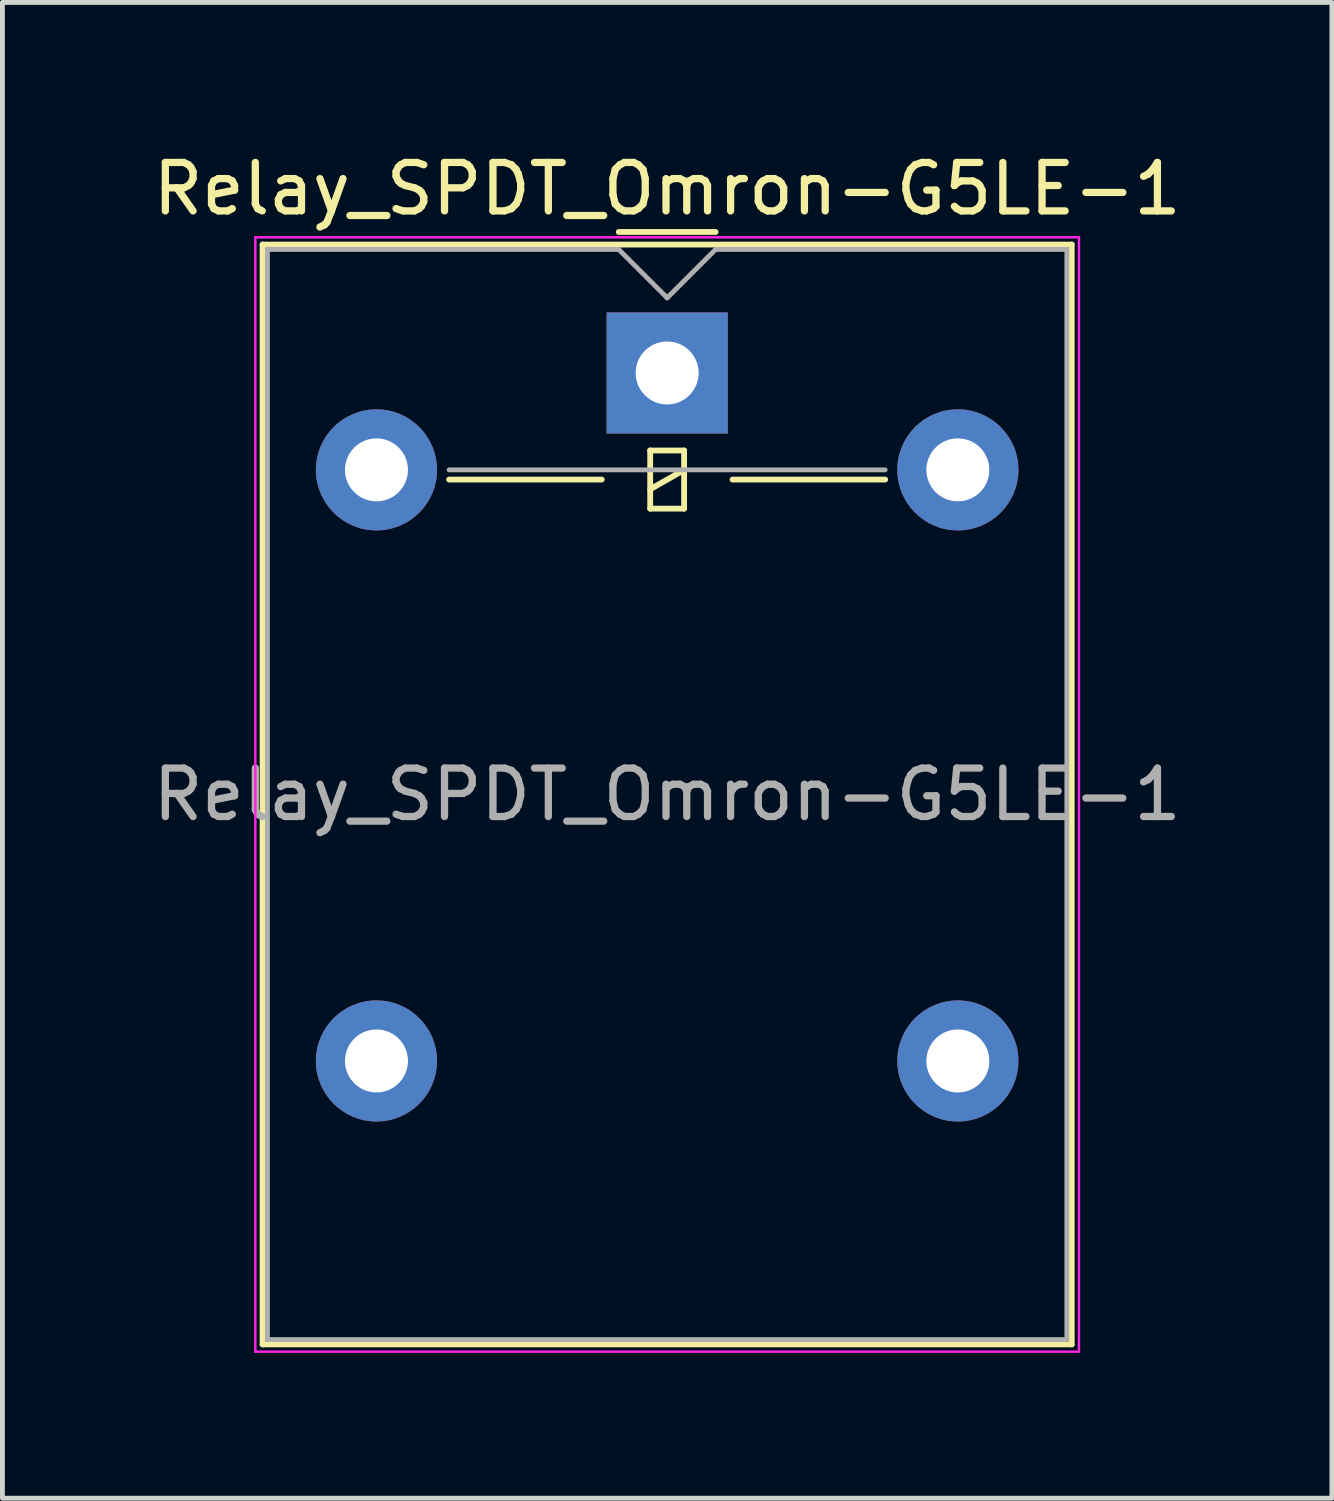
<source format=kicad_pcb>
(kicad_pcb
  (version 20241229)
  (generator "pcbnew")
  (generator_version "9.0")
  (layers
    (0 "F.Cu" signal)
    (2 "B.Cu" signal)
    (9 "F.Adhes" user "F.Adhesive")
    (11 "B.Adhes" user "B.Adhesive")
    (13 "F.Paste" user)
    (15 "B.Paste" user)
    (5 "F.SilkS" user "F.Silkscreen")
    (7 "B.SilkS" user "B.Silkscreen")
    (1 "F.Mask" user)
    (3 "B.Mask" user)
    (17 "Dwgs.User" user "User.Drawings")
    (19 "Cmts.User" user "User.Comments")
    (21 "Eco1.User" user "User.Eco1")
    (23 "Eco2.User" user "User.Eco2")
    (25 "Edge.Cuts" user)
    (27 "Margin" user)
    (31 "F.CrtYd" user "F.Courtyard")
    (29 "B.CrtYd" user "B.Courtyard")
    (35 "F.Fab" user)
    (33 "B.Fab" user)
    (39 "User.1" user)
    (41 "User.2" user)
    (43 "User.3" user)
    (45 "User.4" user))
  (footprint "Relay_SPDT_Omron-G5LE-1"
    (layer "F.Cu")
    (at 10.72 4.648)
    (property "Reference" "Relay_SPDT_Omron-G5LE-1" (at 0 -3.8 0) (layer "F.SilkS") (effects (font (size 1 1) (thickness 0.15))))
    (attr through_hole)
    (fp_line (start -8.35 -2.65) (end -8.35 20.05) (stroke (width 0.12) (type solid)) (layer "F.SilkS"))
    (fp_line (start -8.35 20.05) (end 8.35 20.05) (stroke (width 0.12) (type solid)) (layer "F.SilkS"))
    (fp_line (start -4.5 2.2) (end -1.35 2.2) (stroke (width 0.12) (type solid)) (layer "F.SilkS"))
    (fp_line (start -1 -2.91) (end 1 -2.91) (stroke (width 0.12) (type solid)) (layer "F.SilkS"))
    (fp_line (start -0.35 1.6) (end -0.35 2.8) (stroke (width 0.12) (type solid)) (layer "F.SilkS"))
    (fp_line (start -0.35 2.4) (end 0.35 2) (stroke (width 0.12) (type solid)) (layer "F.SilkS"))
    (fp_line (start -0.35 2.8) (end 0.35 2.8) (stroke (width 0.12) (type solid)) (layer "F.SilkS"))
    (fp_line (start 0.35 1.6) (end -0.35 1.6) (stroke (width 0.12) (type solid)) (layer "F.SilkS"))
    (fp_line (start 0.35 2.8) (end 0.35 1.6) (stroke (width 0.12) (type solid)) (layer "F.SilkS"))
    (fp_line (start 1.35 2.2) (end 4.5 2.2) (stroke (width 0.12) (type solid)) (layer "F.SilkS"))
    (fp_line (start 8.35 -2.65) (end -8.35 -2.65) (stroke (width 0.12) (type solid)) (layer "F.SilkS"))
    (fp_line (start 8.35 20.05) (end 8.35 -2.65) (stroke (width 0.12) (type solid)) (layer "F.SilkS"))
    (fp_line (start -8.5 -2.8) (end -8.5 20.2) (stroke (width 0.05) (type solid)) (layer "F.CrtYd"))
    (fp_line (start -8.5 20.2) (end 8.5 20.2) (stroke (width 0.05) (type solid)) (layer "F.CrtYd"))
    (fp_line (start 8.5 -2.8) (end -8.5 -2.8) (stroke (width 0.05) (type solid)) (layer "F.CrtYd"))
    (fp_line (start 8.5 20.2) (end 8.5 -2.8) (stroke (width 0.05) (type solid)) (layer "F.CrtYd"))
    (fp_line (start -8.25 -2.55) (end -1 -2.55) (stroke (width 0.1) (type solid)) (layer "F.Fab"))
    (fp_line (start -8.25 19.95) (end -8.25 -2.55) (stroke (width 0.1) (type solid)) (layer "F.Fab"))
    (fp_line (start -4.5 2) (end 4.5 2) (stroke (width 0.1) (type solid)) (layer "F.Fab"))
    (fp_line (start -1 -2.55) (end 0 -1.55) (stroke (width 0.1) (type solid)) (layer "F.Fab"))
    (fp_line (start 0 -1.55) (end 1 -2.55) (stroke (width 0.1) (type solid)) (layer "F.Fab"))
    (fp_line (start 1 -2.55) (end 8.25 -2.55) (stroke (width 0.1) (type solid)) (layer "F.Fab"))
    (fp_line (start 8.25 -2.55) (end 8.25 19.95) (stroke (width 0.1) (type solid)) (layer "F.Fab"))
    (fp_line (start 8.25 19.95) (end -8.25 19.95) (stroke (width 0.1) (type solid)) (layer "F.Fab"))
    (fp_text user "${REFERENCE}" (at 0 8.7 0) (layer "F.Fab") (effects (font (size 1 1) (thickness 0.15))))
    (pad "1" thru_hole rect (at 0 0) (size 2.5 2.5) (drill 1.3) (layers "*.Cu" "*.Mask"))
    (pad "2" thru_hole oval (at -6 2) (size 2.5 2.5) (drill 1.3) (layers "*.Cu" "*.Mask"))
    (pad "3" thru_hole oval (at -6 14.2) (size 2.5 2.5) (drill 1.3) (layers "*.Cu" "*.Mask"))
    (pad "4" thru_hole oval (at 6 14.2) (size 2.5 2.5) (drill 1.3) (layers "*.Cu" "*.Mask"))
    (pad "5" thru_hole oval (at 6 2) (size 2.5 2.5) (drill 1.3) (layers "*.Cu" "*.Mask")))
  (gr_rect
    (start -3 -3)
    (end 24.44 27.873)
    (stroke (width 0.1) (type default))
    (fill no)
    (layer "Edge.Cuts")))
</source>
